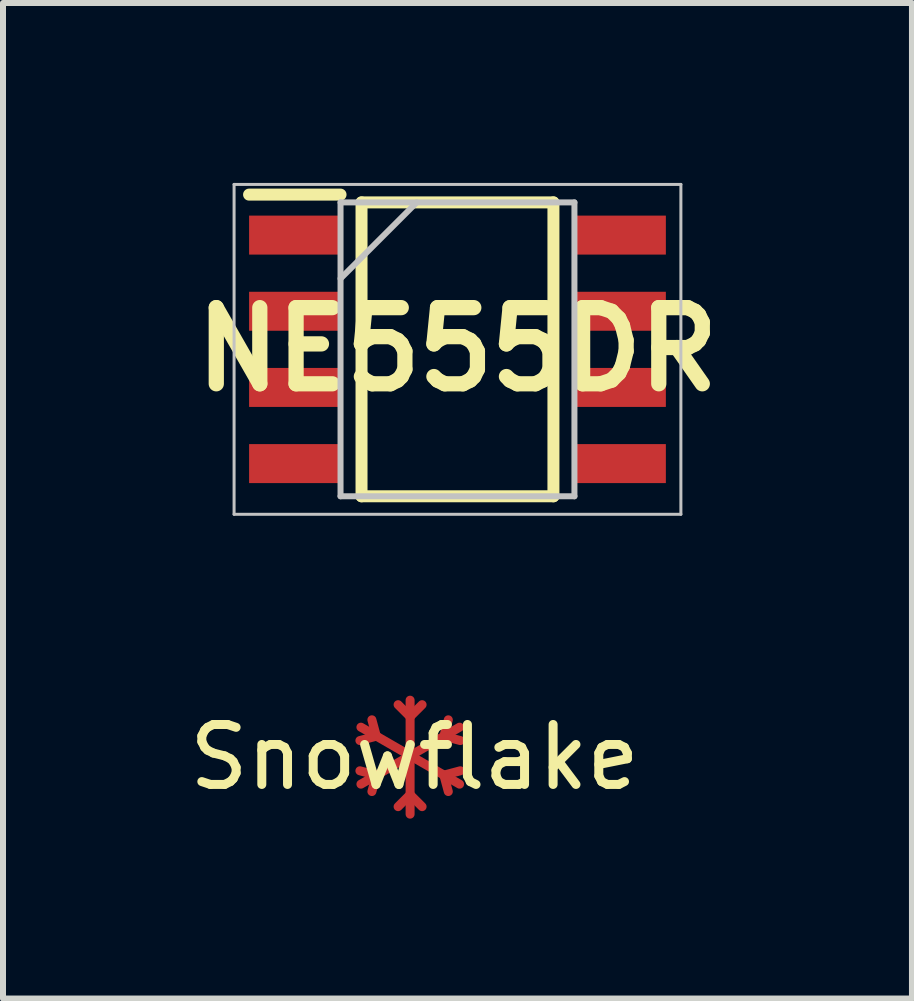
<source format=kicad_pcb>
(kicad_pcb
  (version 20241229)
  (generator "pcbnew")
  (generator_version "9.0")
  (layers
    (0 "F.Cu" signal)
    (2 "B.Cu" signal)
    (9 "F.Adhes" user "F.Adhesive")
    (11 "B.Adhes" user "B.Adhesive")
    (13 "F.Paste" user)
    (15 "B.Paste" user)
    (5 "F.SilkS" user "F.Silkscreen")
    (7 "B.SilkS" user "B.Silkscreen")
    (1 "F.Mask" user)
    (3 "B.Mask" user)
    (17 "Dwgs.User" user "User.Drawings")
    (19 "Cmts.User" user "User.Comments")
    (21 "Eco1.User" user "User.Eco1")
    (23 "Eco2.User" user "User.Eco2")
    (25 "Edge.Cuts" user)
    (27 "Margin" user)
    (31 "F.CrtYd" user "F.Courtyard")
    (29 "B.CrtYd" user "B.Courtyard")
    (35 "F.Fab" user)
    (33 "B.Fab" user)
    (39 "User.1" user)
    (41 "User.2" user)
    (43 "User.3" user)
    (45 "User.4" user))
  (footprint "NE555DR"
    (layer "F.Cu")
    (at 4.578 2.775)
    (property "Reference" "NE555DR" (at 0 0 0) (layer "F.SilkS") (effects (font (size 1.27 1.27) (thickness 0.254))))
    (attr smd)
    (fp_line (start -3.475 -2.58) (end -1.95 -2.58) (stroke (width 0.2) (type solid)) (layer "F.SilkS"))
    (fp_line (start -1.6 -2.45) (end 1.6 -2.45) (stroke (width 0.2) (type solid)) (layer "F.SilkS"))
    (fp_line (start -1.6 2.45) (end -1.6 -2.45) (stroke (width 0.2) (type solid)) (layer "F.SilkS"))
    (fp_line (start 1.6 -2.45) (end 1.6 2.45) (stroke (width 0.2) (type solid)) (layer "F.SilkS"))
    (fp_line (start 1.6 2.45) (end -1.6 2.45) (stroke (width 0.2) (type solid)) (layer "F.SilkS"))
    (fp_line (start -3.725 -2.75) (end 3.725 -2.75) (stroke (width 0.05) (type solid)) (layer "Dwgs.User"))
    (fp_line (start -3.725 2.75) (end -3.725 -2.75) (stroke (width 0.05) (type solid)) (layer "Dwgs.User"))
    (fp_line (start -1.95 -2.45) (end 1.95 -2.45) (stroke (width 0.1) (type solid)) (layer "Dwgs.User"))
    (fp_line (start -1.95 -1.18) (end -0.68 -2.45) (stroke (width 0.1) (type solid)) (layer "Dwgs.User"))
    (fp_line (start -1.95 2.45) (end -1.95 -2.45) (stroke (width 0.1) (type solid)) (layer "Dwgs.User"))
    (fp_line (start 1.95 -2.45) (end 1.95 2.45) (stroke (width 0.1) (type solid)) (layer "Dwgs.User"))
    (fp_line (start 1.95 2.45) (end -1.95 2.45) (stroke (width 0.1) (type solid)) (layer "Dwgs.User"))
    (fp_line (start 3.725 -2.75) (end 3.725 2.75) (stroke (width 0.05) (type solid)) (layer "Dwgs.User"))
    (fp_line (start 3.725 2.75) (end -3.725 2.75) (stroke (width 0.05) (type solid)) (layer "Dwgs.User"))
    (pad "1" smd rect (at -2.712 -1.905 90) (size 0.65 1.525) (layers "F.Cu" "F.Paste"))
    (pad "2" smd rect (at -2.712 -0.635 90) (size 0.65 1.525) (layers "F.Cu" "F.Paste"))
    (pad "3" smd rect (at -2.712 0.635 90) (size 0.65 1.525) (layers "F.Cu" "F.Paste"))
    (pad "4" smd rect (at -2.712 1.905 90) (size 0.65 1.525) (layers "F.Cu" "F.Paste"))
    (pad "5" smd rect (at 2.712 1.905 90) (size 0.65 1.525) (layers "F.Cu" "F.Paste"))
    (pad "6" smd rect (at 2.712 0.635 90) (size 0.65 1.525) (layers "F.Cu" "F.Paste"))
    (pad "7" smd rect (at 2.712 -0.635 90) (size 0.65 1.525) (layers "F.Cu" "F.Paste"))
    (pad "8" smd rect (at 2.712 -1.905 90) (size 0.65 1.525) (layers "F.Cu" "F.Paste")))
  (footprint "Snowflake"
    (layer "F.Cu")
    (at 3.788 9.55)
    (property "Reference" "Snowflake" (at 0.075 0.025 0) (layer "F.SilkS") (effects (font (size 1 1) (thickness 0.15))))
    (attr exclude_from_pos_files exclude_from_bom)
    (fp_line (start -0.837 -0.252) (end -0.563 -0.325) (stroke (width 0.15) (type solid)) (layer "F.Cu"))
    (fp_line (start -0.82 -0.475) (end 0.825 0.475) (stroke (width 0.15) (type solid)) (layer "F.Cu"))
    (fp_line (start -0.637 0.598) (end -0.563 0.325) (stroke (width 0.15) (type solid)) (layer "F.Cu"))
    (fp_line (start -0.563 -0.325) (end -0.637 -0.598) (stroke (width 0.15) (type solid)) (layer "F.Cu"))
    (fp_line (start -0.563 0.325) (end -0.837 0.252) (stroke (width 0.15) (type solid)) (layer "F.Cu"))
    (fp_line (start -0.2 -0.85) (end 0 -0.65) (stroke (width 0.15) (type solid)) (layer "F.Cu"))
    (fp_line (start 0 -0.925) (end 0 0.975) (stroke (width 0.15) (type solid)) (layer "F.Cu"))
    (fp_line (start 0 -0.65) (end 0.2 -0.85) (stroke (width 0.15) (type solid)) (layer "F.Cu"))
    (fp_line (start 0 0.65) (end -0.2 0.85) (stroke (width 0.15) (type solid)) (layer "F.Cu"))
    (fp_line (start 0.2 0.85) (end 0 0.65) (stroke (width 0.15) (type solid)) (layer "F.Cu"))
    (fp_line (start 0.563 -0.325) (end 0.837 -0.252) (stroke (width 0.15) (type solid)) (layer "F.Cu"))
    (fp_line (start 0.563 0.325) (end 0.637 0.598) (stroke (width 0.15) (type solid)) (layer "F.Cu"))
    (fp_line (start 0.637 -0.598) (end 0.563 -0.325) (stroke (width 0.15) (type solid)) (layer "F.Cu"))
    (fp_line (start 0.825 -0.475) (end -0.82 0.475) (stroke (width 0.15) (type solid)) (layer "F.Cu"))
    (fp_line (start 0.837 0.252) (end 0.563 0.325) (stroke (width 0.15) (type solid)) (layer "F.Cu")))
  (gr_rect
    (start -3 -3)
    (end 12.156 13.6)
    (stroke (width 0.1) (type default))
    (fill no)
    (layer "Edge.Cuts")))
</source>
